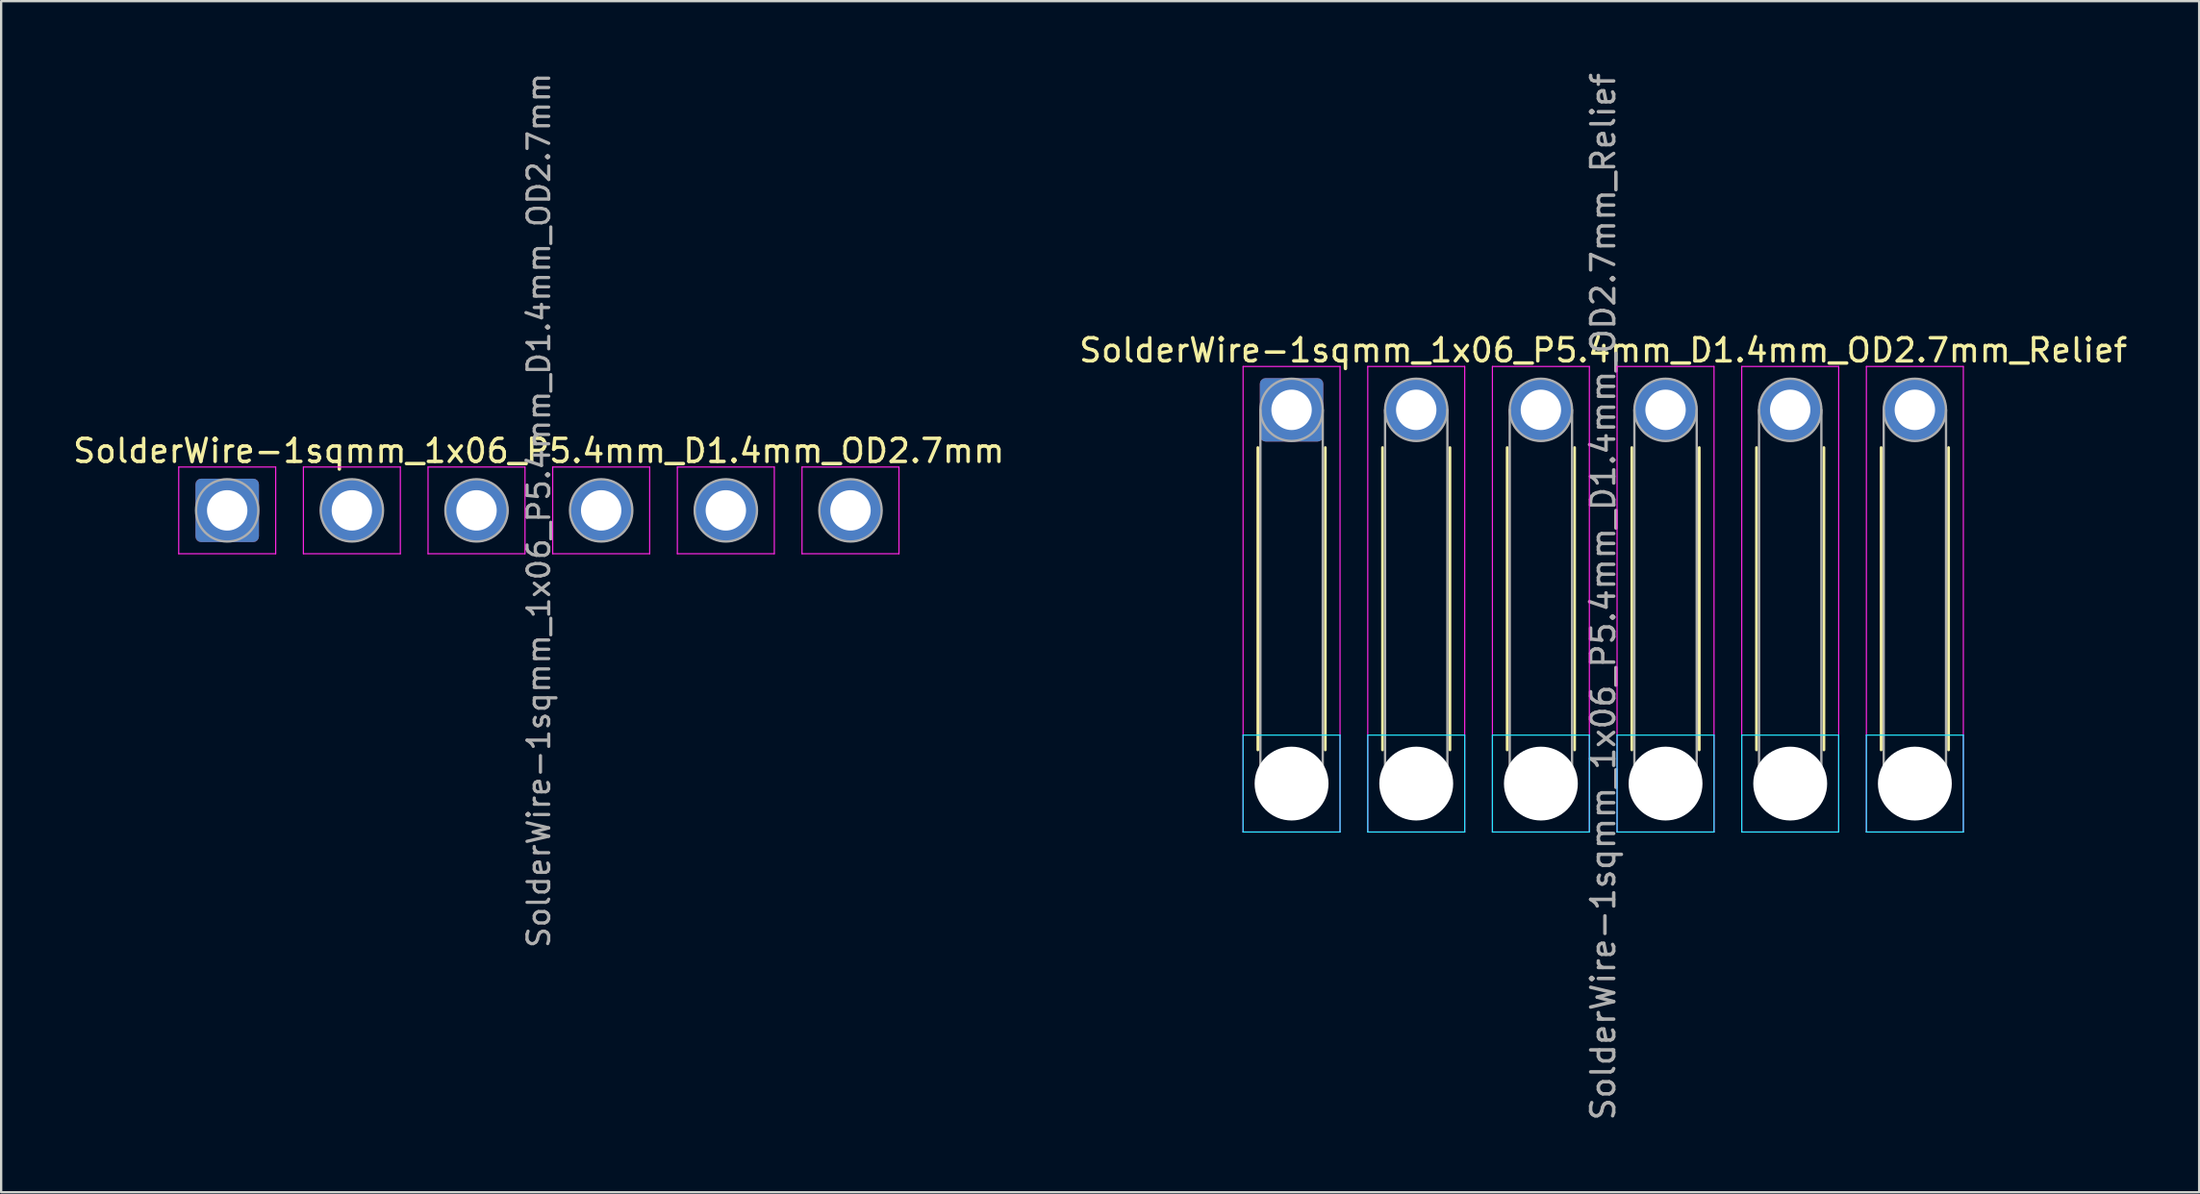
<source format=kicad_pcb>
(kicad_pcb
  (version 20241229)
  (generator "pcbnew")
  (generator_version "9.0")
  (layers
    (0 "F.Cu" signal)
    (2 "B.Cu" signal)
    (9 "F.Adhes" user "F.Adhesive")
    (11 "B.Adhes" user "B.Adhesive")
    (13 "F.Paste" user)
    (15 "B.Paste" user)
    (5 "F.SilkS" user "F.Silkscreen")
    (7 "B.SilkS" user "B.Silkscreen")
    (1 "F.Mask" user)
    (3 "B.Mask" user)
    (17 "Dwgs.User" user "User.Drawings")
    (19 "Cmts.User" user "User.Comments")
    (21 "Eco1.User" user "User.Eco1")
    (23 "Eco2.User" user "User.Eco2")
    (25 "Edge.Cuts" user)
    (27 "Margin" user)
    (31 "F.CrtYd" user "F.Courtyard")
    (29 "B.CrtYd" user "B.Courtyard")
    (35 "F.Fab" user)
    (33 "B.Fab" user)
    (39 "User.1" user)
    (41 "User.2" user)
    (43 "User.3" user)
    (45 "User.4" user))
  (footprint "SolderWire-1sqmm_1x06_P5.4mm_D1.4mm_OD2.7mm"
    (layer "F.Cu")
    (at 6.792 19.073)
    (property "Reference" "SolderWire-1sqmm_1x06_P5.4mm_D1.4mm_OD2.7mm" (at 13.5 -2.58 0) (layer "F.SilkS") (effects (font (size 1 1) (thickness 0.15))))
    (attr exclude_from_pos_files exclude_from_bom)
    (fp_line (start -2.1 -1.88) (end -2.1 1.88) (stroke (width 0.05) (type solid)) (layer "F.CrtYd"))
    (fp_line (start -2.1 1.88) (end 2.1 1.88) (stroke (width 0.05) (type solid)) (layer "F.CrtYd"))
    (fp_line (start 2.1 -1.88) (end -2.1 -1.88) (stroke (width 0.05) (type solid)) (layer "F.CrtYd"))
    (fp_line (start 2.1 1.88) (end 2.1 -1.88) (stroke (width 0.05) (type solid)) (layer "F.CrtYd"))
    (fp_line (start 3.3 -1.88) (end 3.3 1.88) (stroke (width 0.05) (type solid)) (layer "F.CrtYd"))
    (fp_line (start 3.3 1.88) (end 7.5 1.88) (stroke (width 0.05) (type solid)) (layer "F.CrtYd"))
    (fp_line (start 7.5 -1.88) (end 3.3 -1.88) (stroke (width 0.05) (type solid)) (layer "F.CrtYd"))
    (fp_line (start 7.5 1.88) (end 7.5 -1.88) (stroke (width 0.05) (type solid)) (layer "F.CrtYd"))
    (fp_line (start 8.7 -1.88) (end 8.7 1.88) (stroke (width 0.05) (type solid)) (layer "F.CrtYd"))
    (fp_line (start 8.7 1.88) (end 12.9 1.88) (stroke (width 0.05) (type solid)) (layer "F.CrtYd"))
    (fp_line (start 12.9 -1.88) (end 8.7 -1.88) (stroke (width 0.05) (type solid)) (layer "F.CrtYd"))
    (fp_line (start 12.9 1.88) (end 12.9 -1.88) (stroke (width 0.05) (type solid)) (layer "F.CrtYd"))
    (fp_line (start 14.1 -1.88) (end 14.1 1.88) (stroke (width 0.05) (type solid)) (layer "F.CrtYd"))
    (fp_line (start 14.1 1.88) (end 18.3 1.88) (stroke (width 0.05) (type solid)) (layer "F.CrtYd"))
    (fp_line (start 18.3 -1.88) (end 14.1 -1.88) (stroke (width 0.05) (type solid)) (layer "F.CrtYd"))
    (fp_line (start 18.3 1.88) (end 18.3 -1.88) (stroke (width 0.05) (type solid)) (layer "F.CrtYd"))
    (fp_line (start 19.5 -1.88) (end 19.5 1.88) (stroke (width 0.05) (type solid)) (layer "F.CrtYd"))
    (fp_line (start 19.5 1.88) (end 23.7 1.88) (stroke (width 0.05) (type solid)) (layer "F.CrtYd"))
    (fp_line (start 23.7 -1.88) (end 19.5 -1.88) (stroke (width 0.05) (type solid)) (layer "F.CrtYd"))
    (fp_line (start 23.7 1.88) (end 23.7 -1.88) (stroke (width 0.05) (type solid)) (layer "F.CrtYd"))
    (fp_line (start 24.9 -1.88) (end 24.9 1.88) (stroke (width 0.05) (type solid)) (layer "F.CrtYd"))
    (fp_line (start 24.9 1.88) (end 29.1 1.88) (stroke (width 0.05) (type solid)) (layer "F.CrtYd"))
    (fp_line (start 29.1 -1.88) (end 24.9 -1.88) (stroke (width 0.05) (type solid)) (layer "F.CrtYd"))
    (fp_line (start 29.1 1.88) (end 29.1 -1.88) (stroke (width 0.05) (type solid)) (layer "F.CrtYd"))
    (fp_circle (center 0 0) (end 1.35 0) (stroke (width 0.1) (type solid)) (fill no) (layer "F.Fab"))
    (fp_circle (center 5.4 0) (end 6.75 0) (stroke (width 0.1) (type solid)) (fill no) (layer "F.Fab"))
    (fp_circle (center 10.8 0) (end 12.15 0) (stroke (width 0.1) (type solid)) (fill no) (layer "F.Fab"))
    (fp_circle (center 16.2 0) (end 17.55 0) (stroke (width 0.1) (type solid)) (fill no) (layer "F.Fab"))
    (fp_circle (center 21.6 0) (end 22.95 0) (stroke (width 0.1) (type solid)) (fill no) (layer "F.Fab"))
    (fp_circle (center 27 0) (end 28.35 0) (stroke (width 0.1) (type solid)) (fill no) (layer "F.Fab"))
    (fp_text user "${REFERENCE}" (at 13.5 0 90) (layer "F.Fab") (effects (font (size 0.94 0.94) (thickness 0.14))))
    (pad "1" thru_hole roundrect (at 0 0) (size 2.75 2.75) (drill 1.75) (layers "*.Cu" "*.Mask") (roundrect_rratio 0.091))
    (pad "2" thru_hole circle (at 5.4 0) (size 2.75 2.75) (drill 1.75) (layers "*.Cu" "*.Mask"))
    (pad "3" thru_hole circle (at 10.8 0) (size 2.75 2.75) (drill 1.75) (layers "*.Cu" "*.Mask"))
    (pad "4" thru_hole circle (at 16.2 0) (size 2.75 2.75) (drill 1.75) (layers "*.Cu" "*.Mask"))
    (pad "5" thru_hole circle (at 21.6 0) (size 2.75 2.75) (drill 1.75) (layers "*.Cu" "*.Mask"))
    (pad "6" thru_hole circle (at 27 0) (size 2.75 2.75) (drill 1.75) (layers "*.Cu" "*.Mask")))
  (footprint "SolderWire-1sqmm_1x06_P5.4mm_D1.4mm_OD2.7mm_Relief"
    (layer "F.Cu")
    (at 52.899 14.715)
    (property "Reference" "SolderWire-1sqmm_1x06_P5.4mm_D1.4mm_OD2.7mm_Relief" (at 13.5 -2.58 0) (layer "F.SilkS") (effects (font (size 1 1) (thickness 0.15))))
    (attr exclude_from_pos_files exclude_from_bom)
    (fp_line (start -1.46 1.635) (end -1.46 14.74) (stroke (width 0.12) (type solid)) (layer "F.SilkS"))
    (fp_line (start 1.46 1.635) (end 1.46 14.74) (stroke (width 0.12) (type solid)) (layer "F.SilkS"))
    (fp_line (start 3.94 1.635) (end 3.94 14.74) (stroke (width 0.12) (type solid)) (layer "F.SilkS"))
    (fp_line (start 6.86 1.635) (end 6.86 14.74) (stroke (width 0.12) (type solid)) (layer "F.SilkS"))
    (fp_line (start 9.34 1.635) (end 9.34 14.74) (stroke (width 0.12) (type solid)) (layer "F.SilkS"))
    (fp_line (start 12.26 1.635) (end 12.26 14.74) (stroke (width 0.12) (type solid)) (layer "F.SilkS"))
    (fp_line (start 14.74 1.635) (end 14.74 14.74) (stroke (width 0.12) (type solid)) (layer "F.SilkS"))
    (fp_line (start 17.66 1.635) (end 17.66 14.74) (stroke (width 0.12) (type solid)) (layer "F.SilkS"))
    (fp_line (start 20.14 1.635) (end 20.14 14.74) (stroke (width 0.12) (type solid)) (layer "F.SilkS"))
    (fp_line (start 23.06 1.635) (end 23.06 14.74) (stroke (width 0.12) (type solid)) (layer "F.SilkS"))
    (fp_line (start 25.54 1.635) (end 25.54 14.74) (stroke (width 0.12) (type solid)) (layer "F.SilkS"))
    (fp_line (start 28.46 1.635) (end 28.46 14.74) (stroke (width 0.12) (type solid)) (layer "F.SilkS"))
    (fp_line (start -2.1 14.1) (end -2.1 18.3) (stroke (width 0.05) (type solid)) (layer "B.CrtYd"))
    (fp_line (start -2.1 18.3) (end 2.1 18.3) (stroke (width 0.05) (type solid)) (layer "B.CrtYd"))
    (fp_line (start 2.1 14.1) (end -2.1 14.1) (stroke (width 0.05) (type solid)) (layer "B.CrtYd"))
    (fp_line (start 2.1 18.3) (end 2.1 14.1) (stroke (width 0.05) (type solid)) (layer "B.CrtYd"))
    (fp_line (start 3.3 14.1) (end 3.3 18.3) (stroke (width 0.05) (type solid)) (layer "B.CrtYd"))
    (fp_line (start 3.3 18.3) (end 7.5 18.3) (stroke (width 0.05) (type solid)) (layer "B.CrtYd"))
    (fp_line (start 7.5 14.1) (end 3.3 14.1) (stroke (width 0.05) (type solid)) (layer "B.CrtYd"))
    (fp_line (start 7.5 18.3) (end 7.5 14.1) (stroke (width 0.05) (type solid)) (layer "B.CrtYd"))
    (fp_line (start 8.7 14.1) (end 8.7 18.3) (stroke (width 0.05) (type solid)) (layer "B.CrtYd"))
    (fp_line (start 8.7 18.3) (end 12.9 18.3) (stroke (width 0.05) (type solid)) (layer "B.CrtYd"))
    (fp_line (start 12.9 14.1) (end 8.7 14.1) (stroke (width 0.05) (type solid)) (layer "B.CrtYd"))
    (fp_line (start 12.9 18.3) (end 12.9 14.1) (stroke (width 0.05) (type solid)) (layer "B.CrtYd"))
    (fp_line (start 14.1 14.1) (end 14.1 18.3) (stroke (width 0.05) (type solid)) (layer "B.CrtYd"))
    (fp_line (start 14.1 18.3) (end 18.3 18.3) (stroke (width 0.05) (type solid)) (layer "B.CrtYd"))
    (fp_line (start 18.3 14.1) (end 14.1 14.1) (stroke (width 0.05) (type solid)) (layer "B.CrtYd"))
    (fp_line (start 18.3 18.3) (end 18.3 14.1) (stroke (width 0.05) (type solid)) (layer "B.CrtYd"))
    (fp_line (start 19.5 14.1) (end 19.5 18.3) (stroke (width 0.05) (type solid)) (layer "B.CrtYd"))
    (fp_line (start 19.5 18.3) (end 23.7 18.3) (stroke (width 0.05) (type solid)) (layer "B.CrtYd"))
    (fp_line (start 23.7 14.1) (end 19.5 14.1) (stroke (width 0.05) (type solid)) (layer "B.CrtYd"))
    (fp_line (start 23.7 18.3) (end 23.7 14.1) (stroke (width 0.05) (type solid)) (layer "B.CrtYd"))
    (fp_line (start 24.9 14.1) (end 24.9 18.3) (stroke (width 0.05) (type solid)) (layer "B.CrtYd"))
    (fp_line (start 24.9 18.3) (end 29.1 18.3) (stroke (width 0.05) (type solid)) (layer "B.CrtYd"))
    (fp_line (start 29.1 14.1) (end 24.9 14.1) (stroke (width 0.05) (type solid)) (layer "B.CrtYd"))
    (fp_line (start 29.1 18.3) (end 29.1 14.1) (stroke (width 0.05) (type solid)) (layer "B.CrtYd"))
    (fp_line (start -2.1 -1.88) (end -2.1 18.3) (stroke (width 0.05) (type solid)) (layer "F.CrtYd"))
    (fp_line (start -2.1 18.3) (end 2.1 18.3) (stroke (width 0.05) (type solid)) (layer "F.CrtYd"))
    (fp_line (start 2.1 -1.88) (end -2.1 -1.88) (stroke (width 0.05) (type solid)) (layer "F.CrtYd"))
    (fp_line (start 2.1 18.3) (end 2.1 -1.88) (stroke (width 0.05) (type solid)) (layer "F.CrtYd"))
    (fp_line (start 3.3 -1.88) (end 3.3 18.3) (stroke (width 0.05) (type solid)) (layer "F.CrtYd"))
    (fp_line (start 3.3 18.3) (end 7.5 18.3) (stroke (width 0.05) (type solid)) (layer "F.CrtYd"))
    (fp_line (start 7.5 -1.88) (end 3.3 -1.88) (stroke (width 0.05) (type solid)) (layer "F.CrtYd"))
    (fp_line (start 7.5 18.3) (end 7.5 -1.88) (stroke (width 0.05) (type solid)) (layer "F.CrtYd"))
    (fp_line (start 8.7 -1.88) (end 8.7 18.3) (stroke (width 0.05) (type solid)) (layer "F.CrtYd"))
    (fp_line (start 8.7 18.3) (end 12.9 18.3) (stroke (width 0.05) (type solid)) (layer "F.CrtYd"))
    (fp_line (start 12.9 -1.88) (end 8.7 -1.88) (stroke (width 0.05) (type solid)) (layer "F.CrtYd"))
    (fp_line (start 12.9 18.3) (end 12.9 -1.88) (stroke (width 0.05) (type solid)) (layer "F.CrtYd"))
    (fp_line (start 14.1 -1.88) (end 14.1 18.3) (stroke (width 0.05) (type solid)) (layer "F.CrtYd"))
    (fp_line (start 14.1 18.3) (end 18.3 18.3) (stroke (width 0.05) (type solid)) (layer "F.CrtYd"))
    (fp_line (start 18.3 -1.88) (end 14.1 -1.88) (stroke (width 0.05) (type solid)) (layer "F.CrtYd"))
    (fp_line (start 18.3 18.3) (end 18.3 -1.88) (stroke (width 0.05) (type solid)) (layer "F.CrtYd"))
    (fp_line (start 19.5 -1.88) (end 19.5 18.3) (stroke (width 0.05) (type solid)) (layer "F.CrtYd"))
    (fp_line (start 19.5 18.3) (end 23.7 18.3) (stroke (width 0.05) (type solid)) (layer "F.CrtYd"))
    (fp_line (start 23.7 -1.88) (end 19.5 -1.88) (stroke (width 0.05) (type solid)) (layer "F.CrtYd"))
    (fp_line (start 23.7 18.3) (end 23.7 -1.88) (stroke (width 0.05) (type solid)) (layer "F.CrtYd"))
    (fp_line (start 24.9 -1.88) (end 24.9 18.3) (stroke (width 0.05) (type solid)) (layer "F.CrtYd"))
    (fp_line (start 24.9 18.3) (end 29.1 18.3) (stroke (width 0.05) (type solid)) (layer "F.CrtYd"))
    (fp_line (start 29.1 -1.88) (end 24.9 -1.88) (stroke (width 0.05) (type solid)) (layer "F.CrtYd"))
    (fp_line (start 29.1 18.3) (end 29.1 -1.88) (stroke (width 0.05) (type solid)) (layer "F.CrtYd"))
    (fp_line (start -1.35 0) (end -1.35 16.2) (stroke (width 0.1) (type solid)) (layer "F.Fab"))
    (fp_line (start 1.35 0) (end 1.35 16.2) (stroke (width 0.1) (type solid)) (layer "F.Fab"))
    (fp_line (start 4.05 0) (end 4.05 16.2) (stroke (width 0.1) (type solid)) (layer "F.Fab"))
    (fp_line (start 6.75 0) (end 6.75 16.2) (stroke (width 0.1) (type solid)) (layer "F.Fab"))
    (fp_line (start 9.45 0) (end 9.45 16.2) (stroke (width 0.1) (type solid)) (layer "F.Fab"))
    (fp_line (start 12.15 0) (end 12.15 16.2) (stroke (width 0.1) (type solid)) (layer "F.Fab"))
    (fp_line (start 14.85 0) (end 14.85 16.2) (stroke (width 0.1) (type solid)) (layer "F.Fab"))
    (fp_line (start 17.55 0) (end 17.55 16.2) (stroke (width 0.1) (type solid)) (layer "F.Fab"))
    (fp_line (start 20.25 0) (end 20.25 16.2) (stroke (width 0.1) (type solid)) (layer "F.Fab"))
    (fp_line (start 22.95 0) (end 22.95 16.2) (stroke (width 0.1) (type solid)) (layer "F.Fab"))
    (fp_line (start 25.65 0) (end 25.65 16.2) (stroke (width 0.1) (type solid)) (layer "F.Fab"))
    (fp_line (start 28.35 0) (end 28.35 16.2) (stroke (width 0.1) (type solid)) (layer "F.Fab"))
    (fp_circle (center 0 0) (end 1.35 0) (stroke (width 0.1) (type solid)) (fill no) (layer "F.Fab"))
    (fp_circle (center 0 16.2) (end 1.35 16.2) (stroke (width 0.1) (type solid)) (fill no) (layer "F.Fab"))
    (fp_circle (center 5.4 0) (end 6.75 0) (stroke (width 0.1) (type solid)) (fill no) (layer "F.Fab"))
    (fp_circle (center 5.4 16.2) (end 6.75 16.2) (stroke (width 0.1) (type solid)) (fill no) (layer "F.Fab"))
    (fp_circle (center 10.8 0) (end 12.15 0) (stroke (width 0.1) (type solid)) (fill no) (layer "F.Fab"))
    (fp_circle (center 10.8 16.2) (end 12.15 16.2) (stroke (width 0.1) (type solid)) (fill no) (layer "F.Fab"))
    (fp_circle (center 16.2 0) (end 17.55 0) (stroke (width 0.1) (type solid)) (fill no) (layer "F.Fab"))
    (fp_circle (center 16.2 16.2) (end 17.55 16.2) (stroke (width 0.1) (type solid)) (fill no) (layer "F.Fab"))
    (fp_circle (center 21.6 0) (end 22.95 0) (stroke (width 0.1) (type solid)) (fill no) (layer "F.Fab"))
    (fp_circle (center 21.6 16.2) (end 22.95 16.2) (stroke (width 0.1) (type solid)) (fill no) (layer "F.Fab"))
    (fp_circle (center 27 0) (end 28.35 0) (stroke (width 0.1) (type solid)) (fill no) (layer "F.Fab"))
    (fp_circle (center 27 16.2) (end 28.35 16.2) (stroke (width 0.1) (type solid)) (fill no) (layer "F.Fab"))
    (fp_text user "${REFERENCE}" (at 13.5 8.1 90) (layer "F.Fab") (effects (font (size 1 1) (thickness 0.15))))
    (pad "" np_thru_hole circle (at 0 16.2) (size 3.2 3.2) (drill 3.2) (layers "*.Cu" "*.Mask"))
    (pad "" np_thru_hole circle (at 5.4 16.2) (size 3.2 3.2) (drill 3.2) (layers "*.Cu" "*.Mask"))
    (pad "" np_thru_hole circle (at 10.8 16.2) (size 3.2 3.2) (drill 3.2) (layers "*.Cu" "*.Mask"))
    (pad "" np_thru_hole circle (at 16.2 16.2) (size 3.2 3.2) (drill 3.2) (layers "*.Cu" "*.Mask"))
    (pad "" np_thru_hole circle (at 21.6 16.2) (size 3.2 3.2) (drill 3.2) (layers "*.Cu" "*.Mask"))
    (pad "" np_thru_hole circle (at 27 16.2) (size 3.2 3.2) (drill 3.2) (layers "*.Cu" "*.Mask"))
    (pad "1" thru_hole roundrect (at 0 0) (size 2.75 2.75) (drill 1.75) (layers "*.Cu" "*.Mask") (roundrect_rratio 0.091))
    (pad "2" thru_hole circle (at 5.4 0) (size 2.75 2.75) (drill 1.75) (layers "*.Cu" "*.Mask"))
    (pad "3" thru_hole circle (at 10.8 0) (size 2.75 2.75) (drill 1.75) (layers "*.Cu" "*.Mask"))
    (pad "4" thru_hole circle (at 16.2 0) (size 2.75 2.75) (drill 1.75) (layers "*.Cu" "*.Mask"))
    (pad "5" thru_hole circle (at 21.6 0) (size 2.75 2.75) (drill 1.75) (layers "*.Cu" "*.Mask"))
    (pad "6" thru_hole circle (at 27 0) (size 2.75 2.75) (drill 1.75) (layers "*.Cu" "*.Mask")))
  (gr_rect
    (start -3 -3)
    (end 92.214 48.631)
    (stroke (width 0.1) (type default))
    (fill no)
    (layer "Edge.Cuts")))
</source>
